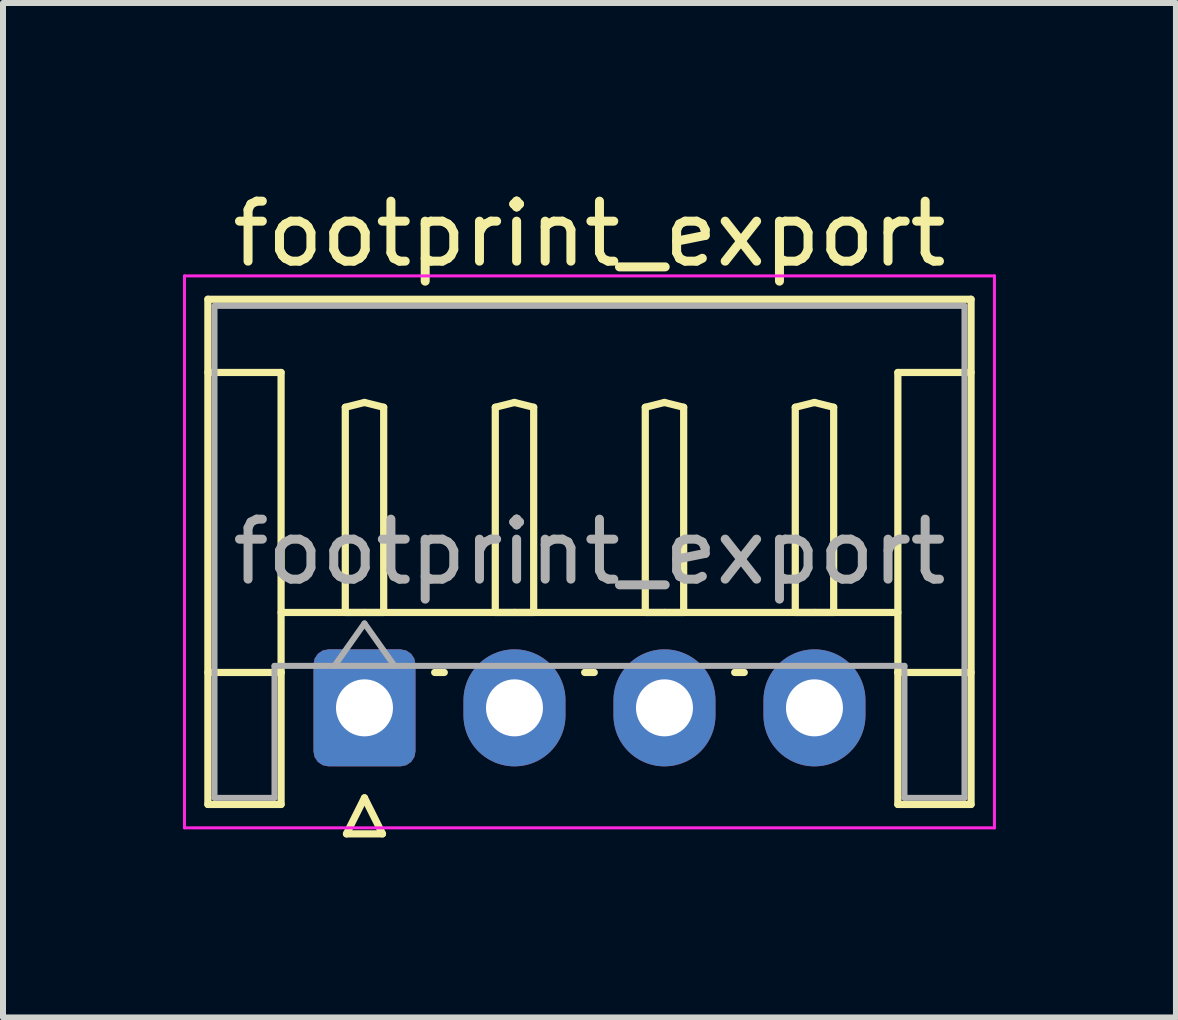
<source format=kicad_pcb>
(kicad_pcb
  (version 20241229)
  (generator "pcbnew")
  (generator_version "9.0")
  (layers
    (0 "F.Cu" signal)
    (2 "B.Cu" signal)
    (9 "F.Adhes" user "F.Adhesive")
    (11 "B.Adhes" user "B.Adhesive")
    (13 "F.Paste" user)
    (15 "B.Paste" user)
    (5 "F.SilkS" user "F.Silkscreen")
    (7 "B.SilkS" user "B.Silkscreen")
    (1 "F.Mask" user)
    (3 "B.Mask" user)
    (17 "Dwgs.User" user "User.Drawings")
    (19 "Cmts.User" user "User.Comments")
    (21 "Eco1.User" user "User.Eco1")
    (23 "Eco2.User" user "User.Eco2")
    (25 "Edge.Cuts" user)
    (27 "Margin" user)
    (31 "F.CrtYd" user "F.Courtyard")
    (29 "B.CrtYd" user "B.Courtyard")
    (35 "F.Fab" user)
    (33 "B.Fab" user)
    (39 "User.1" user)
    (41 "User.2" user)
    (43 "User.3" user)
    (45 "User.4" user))
  (footprint "footprint_export"
    (layer "F.Cu")
    (at 3.025 8.748)
    (property "Reference" "footprint_export" (at 3.75 -7.9 0) (layer "F.SilkS") (effects (font (size 1 1) (thickness 0.15))))
    (attr through_hole)
    (fp_line (start -2.61 -6.81) (end 10.11 -6.81) (stroke (width 0.12) (type solid)) (layer "F.SilkS"))
    (fp_line (start -2.61 -5.59) (end -1.39 -5.59) (stroke (width 0.12) (type solid)) (layer "F.SilkS"))
    (fp_line (start -2.61 1.61) (end -2.61 -6.81) (stroke (width 0.12) (type solid)) (layer "F.SilkS"))
    (fp_line (start -1.39 -5.59) (end -1.39 -0.59) (stroke (width 0.12) (type solid)) (layer "F.SilkS"))
    (fp_line (start -1.39 -1.59) (end 8.89 -1.59) (stroke (width 0.12) (type solid)) (layer "F.SilkS"))
    (fp_line (start -1.39 -0.59) (end -2.61 -0.59) (stroke (width 0.12) (type solid)) (layer "F.SilkS"))
    (fp_line (start -1.39 -0.59) (end -1.39 1.61) (stroke (width 0.12) (type solid)) (layer "F.SilkS"))
    (fp_line (start -1.39 1.61) (end -2.61 1.61) (stroke (width 0.12) (type solid)) (layer "F.SilkS"))
    (fp_line (start -0.32 -5.01) (end 0 -5.09) (stroke (width 0.12) (type solid)) (layer "F.SilkS"))
    (fp_line (start -0.32 -1.59) (end -0.32 -5.01) (stroke (width 0.12) (type solid)) (layer "F.SilkS"))
    (fp_line (start -0.3 2.1) (end 0.3 2.1) (stroke (width 0.12) (type solid)) (layer "F.SilkS"))
    (fp_line (start 0 -5.09) (end 0.32 -5.01) (stroke (width 0.12) (type solid)) (layer "F.SilkS"))
    (fp_line (start 0 -1.59) (end -0.32 -1.59) (stroke (width 0.12) (type solid)) (layer "F.SilkS"))
    (fp_line (start 0 1.5) (end -0.3 2.1) (stroke (width 0.12) (type solid)) (layer "F.SilkS"))
    (fp_line (start 0.3 2.1) (end 0 1.5) (stroke (width 0.12) (type solid)) (layer "F.SilkS"))
    (fp_line (start 0.32 -5.01) (end 0.32 -1.59) (stroke (width 0.12) (type solid)) (layer "F.SilkS"))
    (fp_line (start 0.32 -1.59) (end 0 -1.59) (stroke (width 0.12) (type solid)) (layer "F.SilkS"))
    (fp_line (start 1.17 -0.59) (end 1.33 -0.59) (stroke (width 0.12) (type solid)) (layer "F.SilkS"))
    (fp_line (start 2.18 -5.01) (end 2.5 -5.09) (stroke (width 0.12) (type solid)) (layer "F.SilkS"))
    (fp_line (start 2.18 -1.59) (end 2.18 -5.01) (stroke (width 0.12) (type solid)) (layer "F.SilkS"))
    (fp_line (start 2.5 -5.09) (end 2.82 -5.01) (stroke (width 0.12) (type solid)) (layer "F.SilkS"))
    (fp_line (start 2.5 -1.59) (end 2.18 -1.59) (stroke (width 0.12) (type solid)) (layer "F.SilkS"))
    (fp_line (start 2.82 -5.01) (end 2.82 -1.59) (stroke (width 0.12) (type solid)) (layer "F.SilkS"))
    (fp_line (start 2.82 -1.59) (end 2.5 -1.59) (stroke (width 0.12) (type solid)) (layer "F.SilkS"))
    (fp_line (start 3.67 -0.59) (end 3.83 -0.59) (stroke (width 0.12) (type solid)) (layer "F.SilkS"))
    (fp_line (start 4.68 -5.01) (end 5 -5.09) (stroke (width 0.12) (type solid)) (layer "F.SilkS"))
    (fp_line (start 4.68 -1.59) (end 4.68 -5.01) (stroke (width 0.12) (type solid)) (layer "F.SilkS"))
    (fp_line (start 5 -5.09) (end 5.32 -5.01) (stroke (width 0.12) (type solid)) (layer "F.SilkS"))
    (fp_line (start 5 -1.59) (end 4.68 -1.59) (stroke (width 0.12) (type solid)) (layer "F.SilkS"))
    (fp_line (start 5.32 -5.01) (end 5.32 -1.59) (stroke (width 0.12) (type solid)) (layer "F.SilkS"))
    (fp_line (start 5.32 -1.59) (end 5 -1.59) (stroke (width 0.12) (type solid)) (layer "F.SilkS"))
    (fp_line (start 6.17 -0.59) (end 6.33 -0.59) (stroke (width 0.12) (type solid)) (layer "F.SilkS"))
    (fp_line (start 7.18 -5.01) (end 7.5 -5.09) (stroke (width 0.12) (type solid)) (layer "F.SilkS"))
    (fp_line (start 7.18 -1.59) (end 7.18 -5.01) (stroke (width 0.12) (type solid)) (layer "F.SilkS"))
    (fp_line (start 7.5 -5.09) (end 7.82 -5.01) (stroke (width 0.12) (type solid)) (layer "F.SilkS"))
    (fp_line (start 7.5 -1.59) (end 7.18 -1.59) (stroke (width 0.12) (type solid)) (layer "F.SilkS"))
    (fp_line (start 7.82 -5.01) (end 7.82 -1.59) (stroke (width 0.12) (type solid)) (layer "F.SilkS"))
    (fp_line (start 7.82 -1.59) (end 7.5 -1.59) (stroke (width 0.12) (type solid)) (layer "F.SilkS"))
    (fp_line (start 8.89 -5.59) (end 8.89 -0.59) (stroke (width 0.12) (type solid)) (layer "F.SilkS"))
    (fp_line (start 8.89 -0.59) (end 10.11 -0.59) (stroke (width 0.12) (type solid)) (layer "F.SilkS"))
    (fp_line (start 8.89 1.61) (end 8.89 -0.59) (stroke (width 0.12) (type solid)) (layer "F.SilkS"))
    (fp_line (start 10.11 -6.81) (end 10.11 1.61) (stroke (width 0.12) (type solid)) (layer "F.SilkS"))
    (fp_line (start 10.11 -5.59) (end 8.89 -5.59) (stroke (width 0.12) (type solid)) (layer "F.SilkS"))
    (fp_line (start 10.11 1.61) (end 8.89 1.61) (stroke (width 0.12) (type solid)) (layer "F.SilkS"))
    (fp_line (start -3 -7.2) (end -3 2) (stroke (width 0.05) (type solid)) (layer "F.CrtYd"))
    (fp_line (start -3 2) (end 10.5 2) (stroke (width 0.05) (type solid)) (layer "F.CrtYd"))
    (fp_line (start 10.5 -7.2) (end -3 -7.2) (stroke (width 0.05) (type solid)) (layer "F.CrtYd"))
    (fp_line (start 10.5 2) (end 10.5 -7.2) (stroke (width 0.05) (type solid)) (layer "F.CrtYd"))
    (fp_line (start -2.5 -6.7) (end 10 -6.7) (stroke (width 0.1) (type solid)) (layer "F.Fab"))
    (fp_line (start -2.5 1.5) (end -2.5 -6.7) (stroke (width 0.1) (type solid)) (layer "F.Fab"))
    (fp_line (start -1.5 -0.7) (end -1.5 1.5) (stroke (width 0.1) (type solid)) (layer "F.Fab"))
    (fp_line (start -1.5 1.5) (end -2.5 1.5) (stroke (width 0.1) (type solid)) (layer "F.Fab"))
    (fp_line (start -0.5 -0.7) (end 0 -1.407) (stroke (width 0.1) (type solid)) (layer "F.Fab"))
    (fp_line (start 0 -1.407) (end 0.5 -0.7) (stroke (width 0.1) (type solid)) (layer "F.Fab"))
    (fp_line (start 9 -0.7) (end -1.5 -0.7) (stroke (width 0.1) (type solid)) (layer "F.Fab"))
    (fp_line (start 9 1.5) (end 9 -0.7) (stroke (width 0.1) (type solid)) (layer "F.Fab"))
    (fp_line (start 10 -6.7) (end 10 1.5) (stroke (width 0.1) (type solid)) (layer "F.Fab"))
    (fp_line (start 10 1.5) (end 9 1.5) (stroke (width 0.1) (type solid)) (layer "F.Fab"))
    (fp_text user "${REFERENCE}" (at 3.75 -2.6 0) (layer "F.Fab") (effects (font (size 1 1) (thickness 0.15))))
    (pad "1" thru_hole roundrect (at 0 0) (size 1.7 1.95) (drill 0.95) (layers "*.Cu" "*.Mask") (roundrect_rratio 0.147))
    (pad "2" thru_hole oval (at 2.5 0) (size 1.7 1.95) (drill 0.95) (layers "*.Cu" "*.Mask"))
    (pad "3" thru_hole oval (at 5 0) (size 1.7 1.95) (drill 0.95) (layers "*.Cu" "*.Mask"))
    (pad "4" thru_hole oval (at 7.5 0) (size 1.7 1.95) (drill 0.95) (layers "*.Cu" "*.Mask")))
  (gr_rect
    (start -3 -3)
    (end 16.55 13.908)
    (stroke (width 0.1) (type default))
    (fill no)
    (layer "Edge.Cuts")))
</source>
